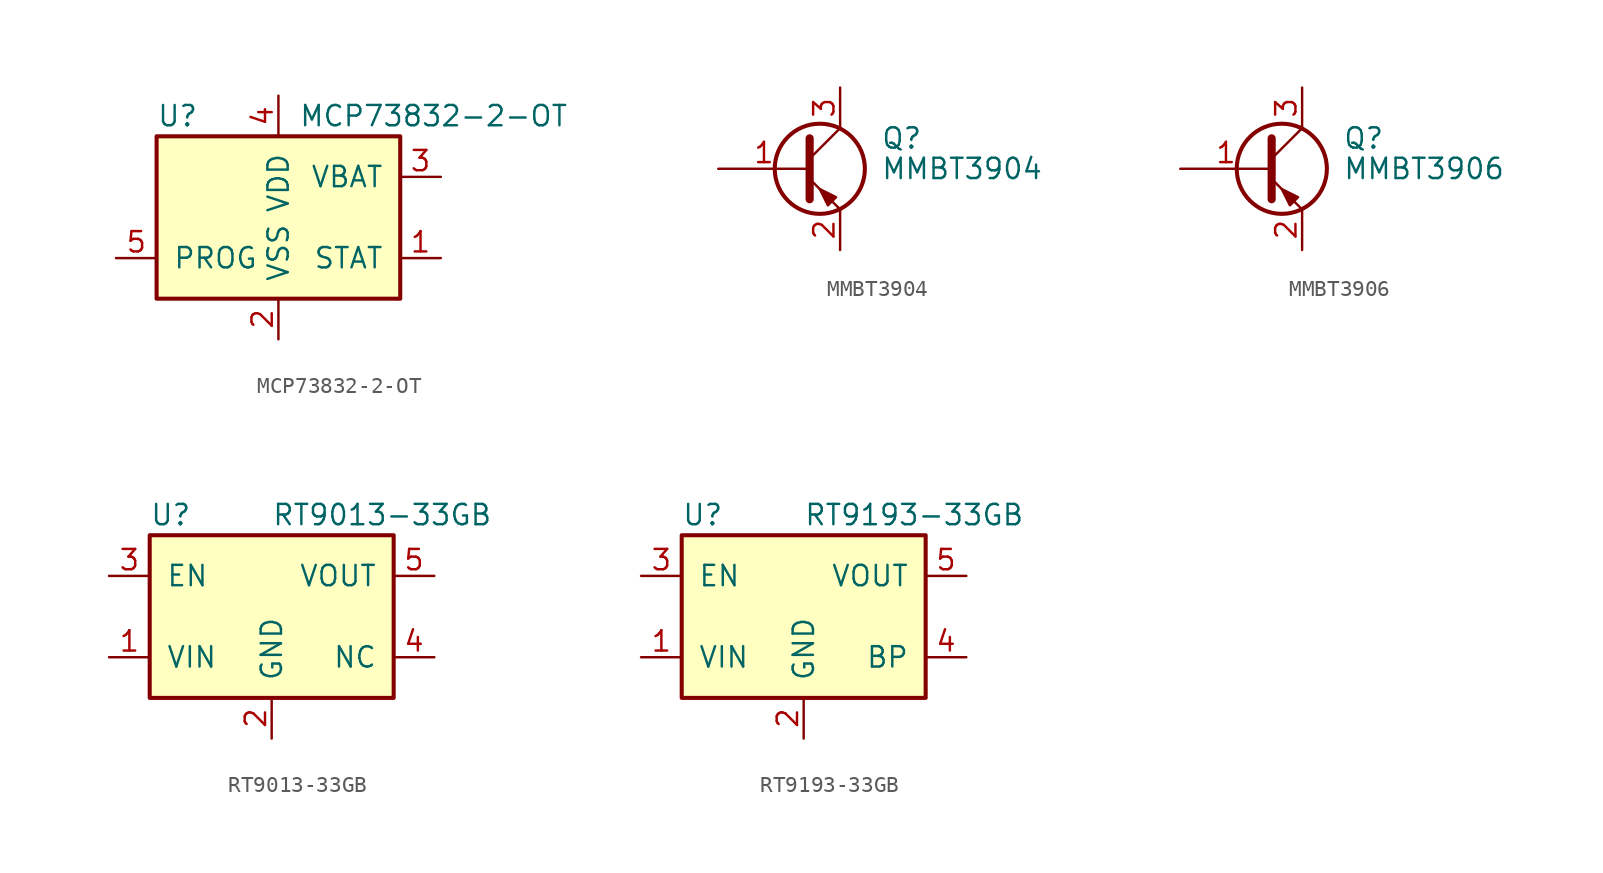
<source format=kicad_sym>
(kicad_symbol_lib
  (version 20201005)
  (generator kicad_symbol_editor)
  (symbol "MCP73832-2-OT"
    (pin_names
      (offset 1.016))
    (property "Reference" "U"
      (at -7.62 6.35 0)
      (effects (font (size 1.27 1.27)) (justify left)))
    (property "Value" "MCP73832-2-OT"
      (at 1.27 6.35 0)
      (effects (font (size 1.27 1.27)) (justify left)))
    (symbol "MCP73832-2-OT_0_1"
      (rectangle (start -7.62 5.08) (end 7.62 -5.08) (stroke (width 0.254)) (fill (type background))))
    (symbol "MCP73832-2-OT_1_1"
      (pin open_collector line (at 10.16 -2.54 180) (length 2.54) (name "STAT" (effects (font (size 1.27 1.27)))) (number "1" (effects (font (size 1.27 1.27)))))
      (pin power_in line (at 0 -7.62 90) (length 2.54) (name "VSS" (effects (font (size 1.27 1.27)))) (number "2" (effects (font (size 1.27 1.27)))))
      (pin power_out line (at 10.16 2.54 180) (length 2.54) (name "VBAT" (effects (font (size 1.27 1.27)))) (number "3" (effects (font (size 1.27 1.27)))))
      (pin power_in line (at 0 7.62 270) (length 2.54) (name "VDD" (effects (font (size 1.27 1.27)))) (number "4" (effects (font (size 1.27 1.27)))))
      (pin input line (at -10.16 -2.54 0) (length 2.54) (name "PROG" (effects (font (size 1.27 1.27)))) (number "5" (effects (font (size 1.27 1.27)))))))
  (symbol "MMBT3904"
    (pin_names
      (offset 0) hide)
    (property "Reference" "Q"
      (at 5.08 1.905 0)
      (effects (font (size 1.27 1.27)) (justify left)))
    (property "Value" "MMBT3904"
      (at 5.08 0 0)
      (effects (font (size 1.27 1.27)) (justify left)))
    (symbol "MMBT3904_0_1"
      (circle (center 1.27 0) (radius 2.819) (stroke (width 0.254)) (fill (type none)))
      (polyline (pts (xy 0.635 0.635) (xy 2.54 2.54)) (stroke (width 0)) (fill (type none)))
      (polyline (pts (xy 0.635 -0.635) (xy 2.54 -2.54) (xy 2.54 -2.54)) (stroke (width 0)) (fill (type none)))
      (polyline (pts (xy 0.635 1.905) (xy 0.635 -1.905) (xy 0.635 -1.905)) (stroke (width 0.508)) (fill (type none)))
      (polyline (pts (xy 2.286 -1.778) (xy 1.778 -2.286) (xy 1.27 -1.27) (xy 2.286 -1.778) (xy 2.286 -1.778)) (stroke (width 0)) (fill (type outline))))
    (symbol "MMBT3904_1_1"
      (pin input line (at -5.08 0 0) (length 5.715) (name "B" (effects (font (size 1.27 1.27)))) (number "1" (effects (font (size 1.27 1.27)))))
      (pin passive line (at 2.54 -5.08 90) (length 2.54) (name "E" (effects (font (size 1.27 1.27)))) (number "2" (effects (font (size 1.27 1.27)))))
      (pin passive line (at 2.54 5.08 270) (length 2.54) (name "C" (effects (font (size 1.27 1.27)))) (number "3" (effects (font (size 1.27 1.27)))))))
  (symbol "MMBT3906"
    (pin_names
      (offset 0) hide)
    (property "Reference" "Q"
      (at 5.08 1.905 0)
      (effects (font (size 1.27 1.27)) (justify left)))
    (property "Value" "MMBT3906"
      (at 5.08 0 0)
      (effects (font (size 1.27 1.27)) (justify left)))
    (symbol "MMBT3906_0_1"
      (circle (center 1.27 0) (radius 2.819) (stroke (width 0.254)) (fill (type none)))
      (polyline (pts (xy 0.635 0.635) (xy 2.54 2.54)) (stroke (width 0)) (fill (type none)))
      (polyline (pts (xy 0.635 -0.635) (xy 2.54 -2.54) (xy 2.54 -2.54)) (stroke (width 0)) (fill (type none)))
      (polyline (pts (xy 0.635 1.905) (xy 0.635 -1.905) (xy 0.635 -1.905)) (stroke (width 0.508)) (fill (type none)))
      (polyline (pts (xy 2.286 -1.778) (xy 1.778 -2.286) (xy 1.27 -1.27) (xy 2.286 -1.778) (xy 2.286 -1.778)) (stroke (width 0)) (fill (type outline))))
    (symbol "MMBT3906_1_1"
      (pin input line (at -5.08 0 0) (length 5.715) (name "B" (effects (font (size 1.27 1.27)))) (number "1" (effects (font (size 1.27 1.27)))))
      (pin passive line (at 2.54 -5.08 90) (length 2.54) (name "E" (effects (font (size 1.27 1.27)))) (number "2" (effects (font (size 1.27 1.27)))))
      (pin passive line (at 2.54 5.08 270) (length 2.54) (name "C" (effects (font (size 1.27 1.27)))) (number "3" (effects (font (size 1.27 1.27)))))))
  (symbol "RT9013-33GB"
    (pin_names
      (offset 1.016))
    (property "Reference" "U"
      (at -7.62 6.35 0)
      (effects (font (size 1.27 1.27)) (justify left)))
    (property "Value" "RT9013-33GB"
      (at 0 6.35 0)
      (effects (font (size 1.27 1.27)) (justify left)))
    (symbol "RT9013-33GB_0_1"
      (rectangle (start -7.62 5.08) (end 7.62 -5.08) (stroke (width 0.254)) (fill (type background))))
    (symbol "RT9013-33GB_1_1"
      (pin power_in line (at -10.16 -2.54 0) (length 2.54) (name "VIN" (effects (font (size 1.27 1.27)))) (number "1" (effects (font (size 1.27 1.27)))))
      (pin power_in line (at 0 -7.62 90) (length 2.54) (name "GND" (effects (font (size 1.27 1.27)))) (number "2" (effects (font (size 1.27 1.27)))))
      (pin input line (at -10.16 2.54 0) (length 2.54) (name "EN" (effects (font (size 1.27 1.27)))) (number "3" (effects (font (size 1.27 1.27)))))
      (pin input line (at 10.16 -2.54 180) (length 2.54) (name "NC" (effects (font (size 1.27 1.27)))) (number "4" (effects (font (size 1.27 1.27)))))
      (pin power_out line (at 10.16 2.54 180) (length 2.54) (name "VOUT" (effects (font (size 1.27 1.27)))) (number "5" (effects (font (size 1.27 1.27)))))))
  (symbol "RT9193-33GB"
    (pin_names
      (offset 1.016))
    (property "Reference" "U"
      (at -7.62 6.35 0)
      (effects (font (size 1.27 1.27)) (justify left)))
    (property "Value" "RT9193-33GB"
      (at 0 6.35 0)
      (effects (font (size 1.27 1.27)) (justify left)))
    (symbol "RT9193-33GB_0_1"
      (rectangle (start -7.62 5.08) (end 7.62 -5.08) (stroke (width 0.254)) (fill (type background))))
    (symbol "RT9193-33GB_1_1"
      (pin power_in line (at -10.16 -2.54 0) (length 2.54) (name "VIN" (effects (font (size 1.27 1.27)))) (number "1" (effects (font (size 1.27 1.27)))))
      (pin power_in line (at 0 -7.62 90) (length 2.54) (name "GND" (effects (font (size 1.27 1.27)))) (number "2" (effects (font (size 1.27 1.27)))))
      (pin input line (at -10.16 2.54 0) (length 2.54) (name "EN" (effects (font (size 1.27 1.27)))) (number "3" (effects (font (size 1.27 1.27)))))
      (pin input line (at 10.16 -2.54 180) (length 2.54) (name "BP" (effects (font (size 1.27 1.27)))) (number "4" (effects (font (size 1.27 1.27)))))
      (pin power_out line (at 10.16 2.54 180) (length 2.54) (name "VOUT" (effects (font (size 1.27 1.27)))) (number "5" (effects (font (size 1.27 1.27))))))))
</source>
